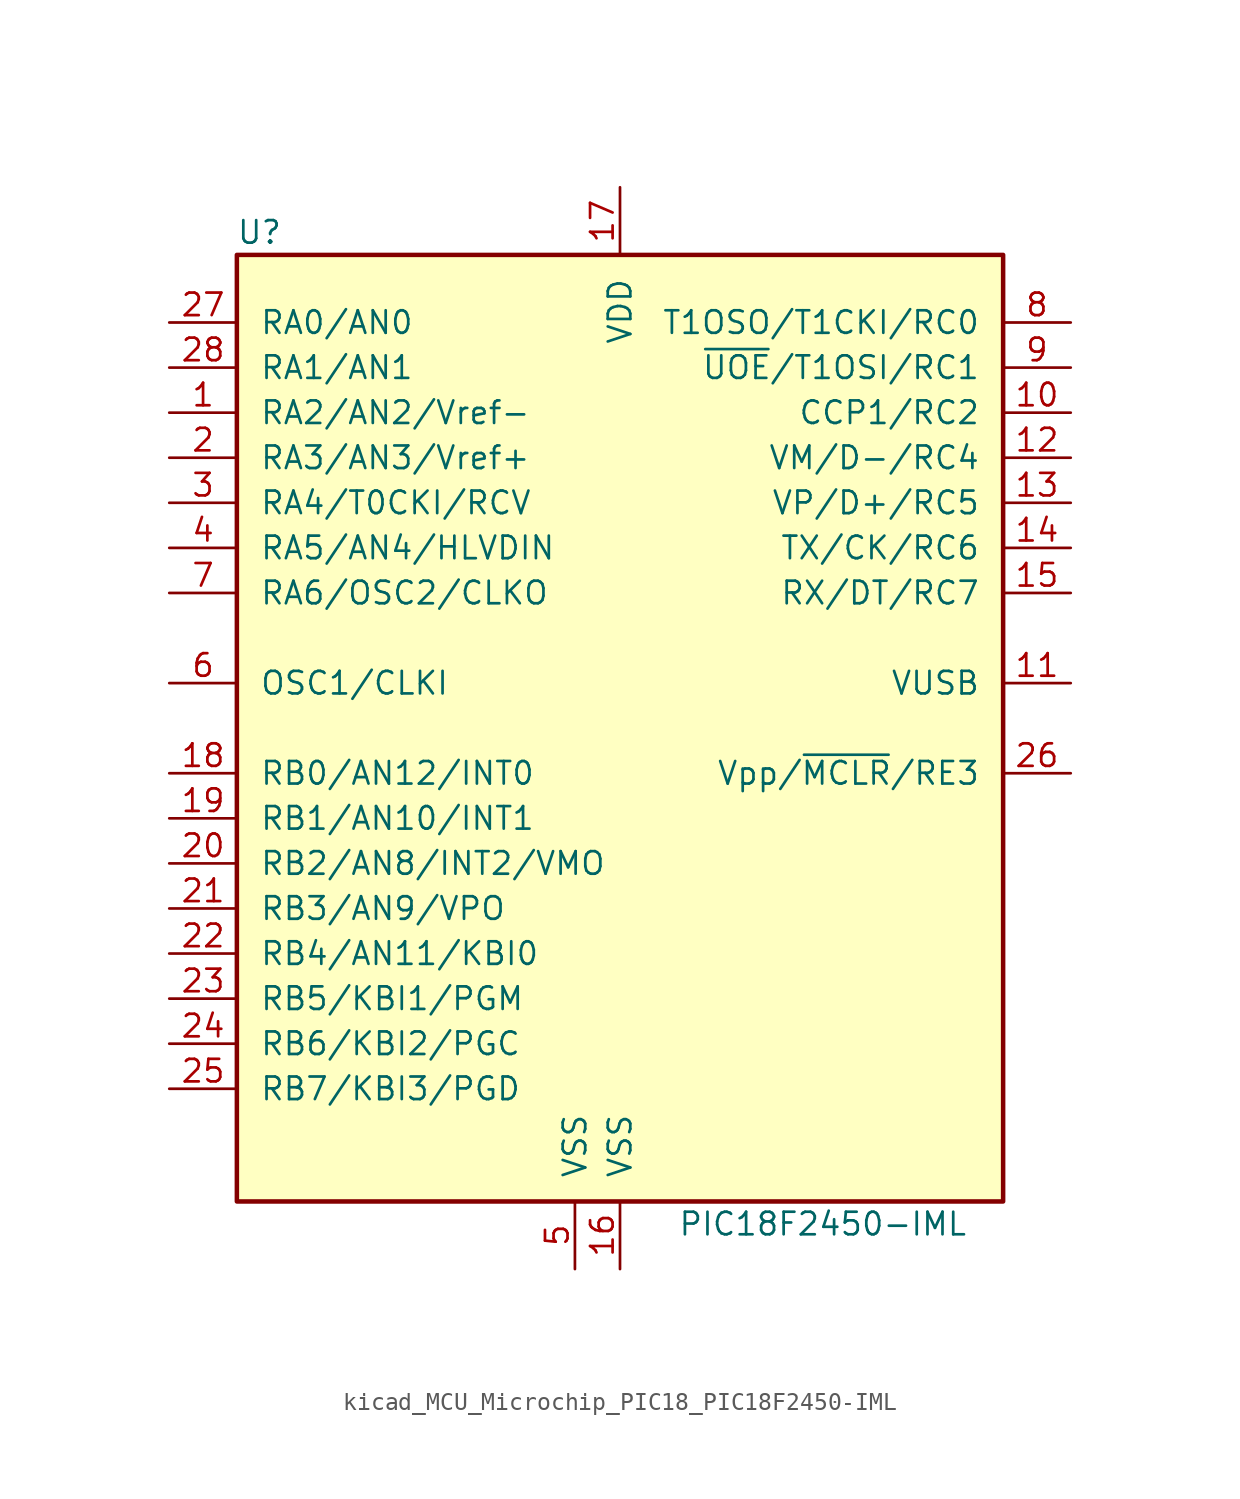
<source format=kicad_sym>
(kicad_symbol_lib
  (version 20220914)
  (generator kicad_symbol_editor)
  (symbol "kicad_MCU_Microchip_PIC18_PIC18F2450-IML"
    (pin_names
      (offset 1.27))
    (property "Reference" "U"
      (at -20.32 27.94 0)
      (effects (font (size 1.27 1.27))))
    (property "Value" "PIC18F2450-IML"
      (at 11.43 -27.94 0)
      (effects (font (size 1.27 1.27))))
    (symbol "kicad_MCU_Microchip_PIC18_PIC18F2450-IML_0_1"
      (rectangle (start -21.59 26.67) (end 21.59 -26.67) (stroke (width 0.254) (type default)) (fill (type background))))
    (symbol "kicad_MCU_Microchip_PIC18_PIC18F2450-IML_1_1"
      (pin bidirectional line (at -25.4 17.78 0) (length 3.81) (name "RA2/AN2/Vref-" (effects (font (size 1.27 1.27)))) (number "1" (effects (font (size 1.27 1.27)))))
      (pin bidirectional line (at 25.4 17.78 180) (length 3.81) (name "CCP1/RC2" (effects (font (size 1.27 1.27)))) (number "10" (effects (font (size 1.27 1.27)))))
      (pin bidirectional line (at 25.4 2.54 180) (length 3.81) (name "VUSB" (effects (font (size 1.27 1.27)))) (number "11" (effects (font (size 1.27 1.27)))))
      (pin bidirectional line (at 25.4 15.24 180) (length 3.81) (name "VM/D-/RC4" (effects (font (size 1.27 1.27)))) (number "12" (effects (font (size 1.27 1.27)))))
      (pin bidirectional line (at 25.4 12.7 180) (length 3.81) (name "VP/D+/RC5" (effects (font (size 1.27 1.27)))) (number "13" (effects (font (size 1.27 1.27)))))
      (pin bidirectional line (at 25.4 10.16 180) (length 3.81) (name "TX/CK/RC6" (effects (font (size 1.27 1.27)))) (number "14" (effects (font (size 1.27 1.27)))))
      (pin bidirectional line (at 25.4 7.62 180) (length 3.81) (name "RX/DT/RC7" (effects (font (size 1.27 1.27)))) (number "15" (effects (font (size 1.27 1.27)))))
      (pin power_in line (at 0 -30.48 90) (length 3.81) (name "VSS" (effects (font (size 1.27 1.27)))) (number "16" (effects (font (size 1.27 1.27)))))
      (pin power_in line (at 0 30.48 270) (length 3.81) (name "VDD" (effects (font (size 1.27 1.27)))) (number "17" (effects (font (size 1.27 1.27)))))
      (pin bidirectional line (at -25.4 -2.54 0) (length 3.81) (name "RB0/AN12/INT0" (effects (font (size 1.27 1.27)))) (number "18" (effects (font (size 1.27 1.27)))))
      (pin bidirectional line (at -25.4 -5.08 0) (length 3.81) (name "RB1/AN10/INT1" (effects (font (size 1.27 1.27)))) (number "19" (effects (font (size 1.27 1.27)))))
      (pin bidirectional line (at -25.4 15.24 0) (length 3.81) (name "RA3/AN3/Vref+" (effects (font (size 1.27 1.27)))) (number "2" (effects (font (size 1.27 1.27)))))
      (pin bidirectional line (at -25.4 -7.62 0) (length 3.81) (name "RB2/AN8/INT2/VMO" (effects (font (size 1.27 1.27)))) (number "20" (effects (font (size 1.27 1.27)))))
      (pin bidirectional line (at -25.4 -10.16 0) (length 3.81) (name "RB3/AN9/VPO" (effects (font (size 1.27 1.27)))) (number "21" (effects (font (size 1.27 1.27)))))
      (pin bidirectional line (at -25.4 -12.7 0) (length 3.81) (name "RB4/AN11/KBI0" (effects (font (size 1.27 1.27)))) (number "22" (effects (font (size 1.27 1.27)))))
      (pin bidirectional line (at -25.4 -15.24 0) (length 3.81) (name "RB5/KBI1/PGM" (effects (font (size 1.27 1.27)))) (number "23" (effects (font (size 1.27 1.27)))))
      (pin bidirectional line (at -25.4 -17.78 0) (length 3.81) (name "RB6/KBI2/PGC" (effects (font (size 1.27 1.27)))) (number "24" (effects (font (size 1.27 1.27)))))
      (pin bidirectional line (at -25.4 -20.32 0) (length 3.81) (name "RB7/KBI3/PGD" (effects (font (size 1.27 1.27)))) (number "25" (effects (font (size 1.27 1.27)))))
      (pin input line (at 25.4 -2.54 180) (length 3.81) (name "Vpp/~{MCLR}/RE3" (effects (font (size 1.27 1.27)))) (number "26" (effects (font (size 1.27 1.27)))))
      (pin bidirectional line (at -25.4 22.86 0) (length 3.81) (name "RA0/AN0" (effects (font (size 1.27 1.27)))) (number "27" (effects (font (size 1.27 1.27)))))
      (pin bidirectional line (at -25.4 20.32 0) (length 3.81) (name "RA1/AN1" (effects (font (size 1.27 1.27)))) (number "28" (effects (font (size 1.27 1.27)))))
      (pin bidirectional line (at -25.4 12.7 0) (length 3.81) (name "RA4/T0CKI/RCV" (effects (font (size 1.27 1.27)))) (number "3" (effects (font (size 1.27 1.27)))))
      (pin bidirectional line (at -25.4 10.16 0) (length 3.81) (name "RA5/AN4/HLVDIN" (effects (font (size 1.27 1.27)))) (number "4" (effects (font (size 1.27 1.27)))))
      (pin power_in line (at -2.54 -30.48 90) (length 3.81) (name "VSS" (effects (font (size 1.27 1.27)))) (number "5" (effects (font (size 1.27 1.27)))))
      (pin input line (at -25.4 2.54 0) (length 3.81) (name "OSC1/CLKI" (effects (font (size 1.27 1.27)))) (number "6" (effects (font (size 1.27 1.27)))))
      (pin output line (at -25.4 7.62 0) (length 3.81) (name "RA6/OSC2/CLKO" (effects (font (size 1.27 1.27)))) (number "7" (effects (font (size 1.27 1.27)))))
      (pin bidirectional line (at 25.4 22.86 180) (length 3.81) (name "T1OSO/T1CKI/RC0" (effects (font (size 1.27 1.27)))) (number "8" (effects (font (size 1.27 1.27)))))
      (pin bidirectional line (at 25.4 20.32 180) (length 3.81) (name "~{UOE}/T1OSI/RC1" (effects (font (size 1.27 1.27)))) (number "9" (effects (font (size 1.27 1.27))))))))
</source>
